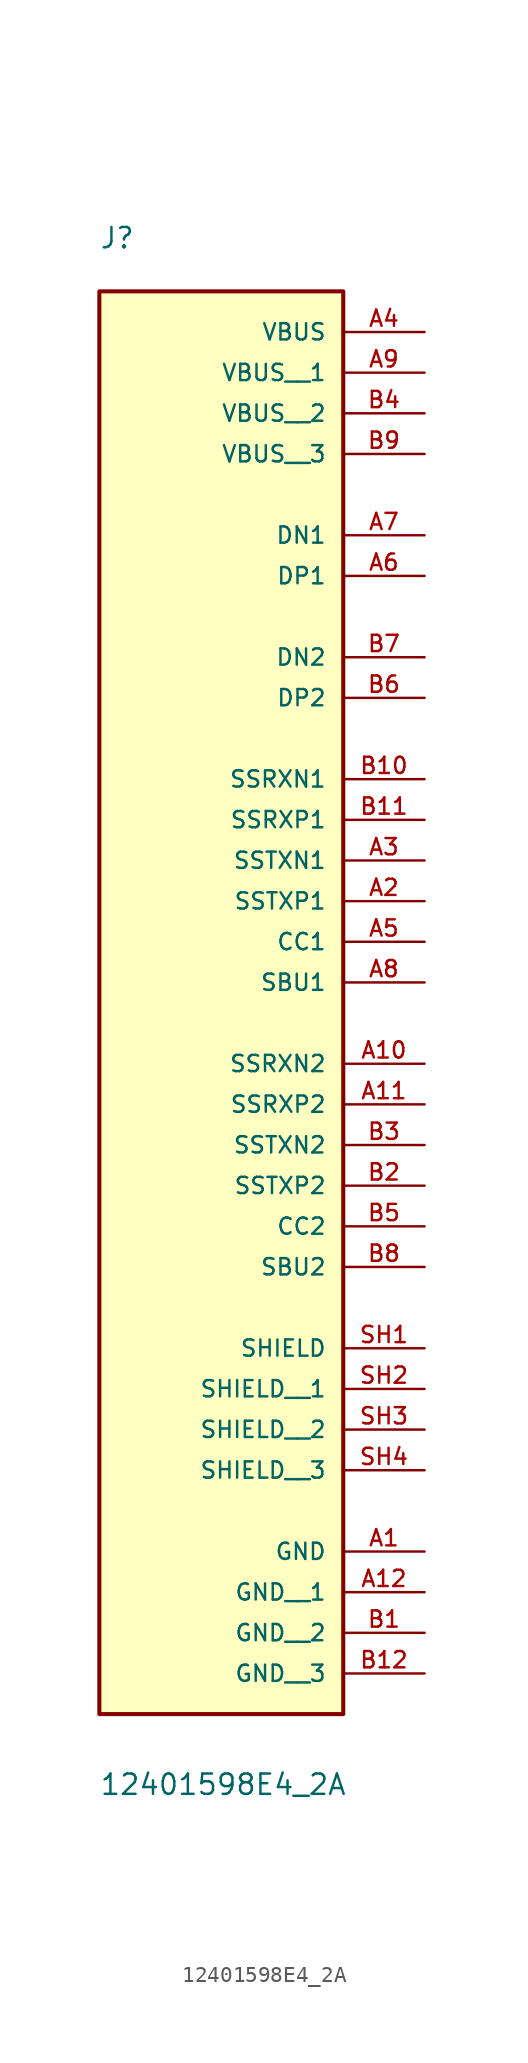
<source format=kicad_sym>
(kicad_symbol_lib
  (version 20241209)
  (generator "kicad_symbol_editor")
  (generator_version "9.0")
  (symbol "12401598E4_2A"
    (pin_names
      (offset 1.016))
    (property "Reference" "J"
      (at -7.632 35.612 0)
      (effects (font (size 1.27 1.27)) (justify left bottom)))
    (property "Value" "12401598E4_2A"
      (at -7.634 -61.023 0)
      (effects (font (size 1.27 1.27)) (justify left bottom)))
    (symbol "12401598E4_2A_0_0"
      (rectangle (start -7.62 -55.88) (end 7.62 33.02) (stroke (width 0.254) (type default)) (fill (type background)))
      (pin power_in line (at 12.7 30.48 180) (length 5.08) (name "VBUS" (effects (font (size 1.016 1.016)))) (number "A4" (effects (font (size 1.016 1.016)))))
      (pin power_in line (at 12.7 27.94 180) (length 5.08) (name "VBUS__1" (effects (font (size 1.016 1.016)))) (number "A9" (effects (font (size 1.016 1.016)))))
      (pin power_in line (at 12.7 25.4 180) (length 5.08) (name "VBUS__2" (effects (font (size 1.016 1.016)))) (number "B4" (effects (font (size 1.016 1.016)))))
      (pin power_in line (at 12.7 22.86 180) (length 5.08) (name "VBUS__3" (effects (font (size 1.016 1.016)))) (number "B9" (effects (font (size 1.016 1.016)))))
      (pin passive line (at 12.7 17.78 180) (length 5.08) (name "DN1" (effects (font (size 1.016 1.016)))) (number "A7" (effects (font (size 1.016 1.016)))))
      (pin passive line (at 12.7 15.24 180) (length 5.08) (name "DP1" (effects (font (size 1.016 1.016)))) (number "A6" (effects (font (size 1.016 1.016)))))
      (pin passive line (at 12.7 10.16 180) (length 5.08) (name "DN2" (effects (font (size 1.016 1.016)))) (number "B7" (effects (font (size 1.016 1.016)))))
      (pin passive line (at 12.7 7.62 180) (length 5.08) (name "DP2" (effects (font (size 1.016 1.016)))) (number "B6" (effects (font (size 1.016 1.016)))))
      (pin passive line (at 12.7 2.54 180) (length 5.08) (name "SSRXN1" (effects (font (size 1.016 1.016)))) (number "B10" (effects (font (size 1.016 1.016)))))
      (pin passive line (at 12.7 0 180) (length 5.08) (name "SSRXP1" (effects (font (size 1.016 1.016)))) (number "B11" (effects (font (size 1.016 1.016)))))
      (pin passive line (at 12.7 -2.54 180) (length 5.08) (name "SSTXN1" (effects (font (size 1.016 1.016)))) (number "A3" (effects (font (size 1.016 1.016)))))
      (pin passive line (at 12.7 -5.08 180) (length 5.08) (name "SSTXP1" (effects (font (size 1.016 1.016)))) (number "A2" (effects (font (size 1.016 1.016)))))
      (pin passive line (at 12.7 -7.62 180) (length 5.08) (name "CC1" (effects (font (size 1.016 1.016)))) (number "A5" (effects (font (size 1.016 1.016)))))
      (pin passive line (at 12.7 -10.16 180) (length 5.08) (name "SBU1" (effects (font (size 1.016 1.016)))) (number "A8" (effects (font (size 1.016 1.016)))))
      (pin passive line (at 12.7 -15.24 180) (length 5.08) (name "SSRXN2" (effects (font (size 1.016 1.016)))) (number "A10" (effects (font (size 1.016 1.016)))))
      (pin passive line (at 12.7 -17.78 180) (length 5.08) (name "SSRXP2" (effects (font (size 1.016 1.016)))) (number "A11" (effects (font (size 1.016 1.016)))))
      (pin passive line (at 12.7 -20.32 180) (length 5.08) (name "SSTXN2" (effects (font (size 1.016 1.016)))) (number "B3" (effects (font (size 1.016 1.016)))))
      (pin passive line (at 12.7 -22.86 180) (length 5.08) (name "SSTXP2" (effects (font (size 1.016 1.016)))) (number "B2" (effects (font (size 1.016 1.016)))))
      (pin passive line (at 12.7 -25.4 180) (length 5.08) (name "CC2" (effects (font (size 1.016 1.016)))) (number "B5" (effects (font (size 1.016 1.016)))))
      (pin passive line (at 12.7 -27.94 180) (length 5.08) (name "SBU2" (effects (font (size 1.016 1.016)))) (number "B8" (effects (font (size 1.016 1.016)))))
      (pin power_in line (at 12.7 -33.02 180) (length 5.08) (name "SHIELD" (effects (font (size 1.016 1.016)))) (number "SH1" (effects (font (size 1.016 1.016)))))
      (pin power_in line (at 12.7 -35.56 180) (length 5.08) (name "SHIELD__1" (effects (font (size 1.016 1.016)))) (number "SH2" (effects (font (size 1.016 1.016)))))
      (pin power_in line (at 12.7 -38.1 180) (length 5.08) (name "SHIELD__2" (effects (font (size 1.016 1.016)))) (number "SH3" (effects (font (size 1.016 1.016)))))
      (pin power_in line (at 12.7 -40.64 180) (length 5.08) (name "SHIELD__3" (effects (font (size 1.016 1.016)))) (number "SH4" (effects (font (size 1.016 1.016)))))
      (pin power_in line (at 12.7 -45.72 180) (length 5.08) (name "GND" (effects (font (size 1.016 1.016)))) (number "A1" (effects (font (size 1.016 1.016)))))
      (pin power_in line (at 12.7 -48.26 180) (length 5.08) (name "GND__1" (effects (font (size 1.016 1.016)))) (number "A12" (effects (font (size 1.016 1.016)))))
      (pin power_in line (at 12.7 -50.8 180) (length 5.08) (name "GND__2" (effects (font (size 1.016 1.016)))) (number "B1" (effects (font (size 1.016 1.016)))))
      (pin power_in line (at 12.7 -53.34 180) (length 5.08) (name "GND__3" (effects (font (size 1.016 1.016)))) (number "B12" (effects (font (size 1.016 1.016))))))))
</source>
